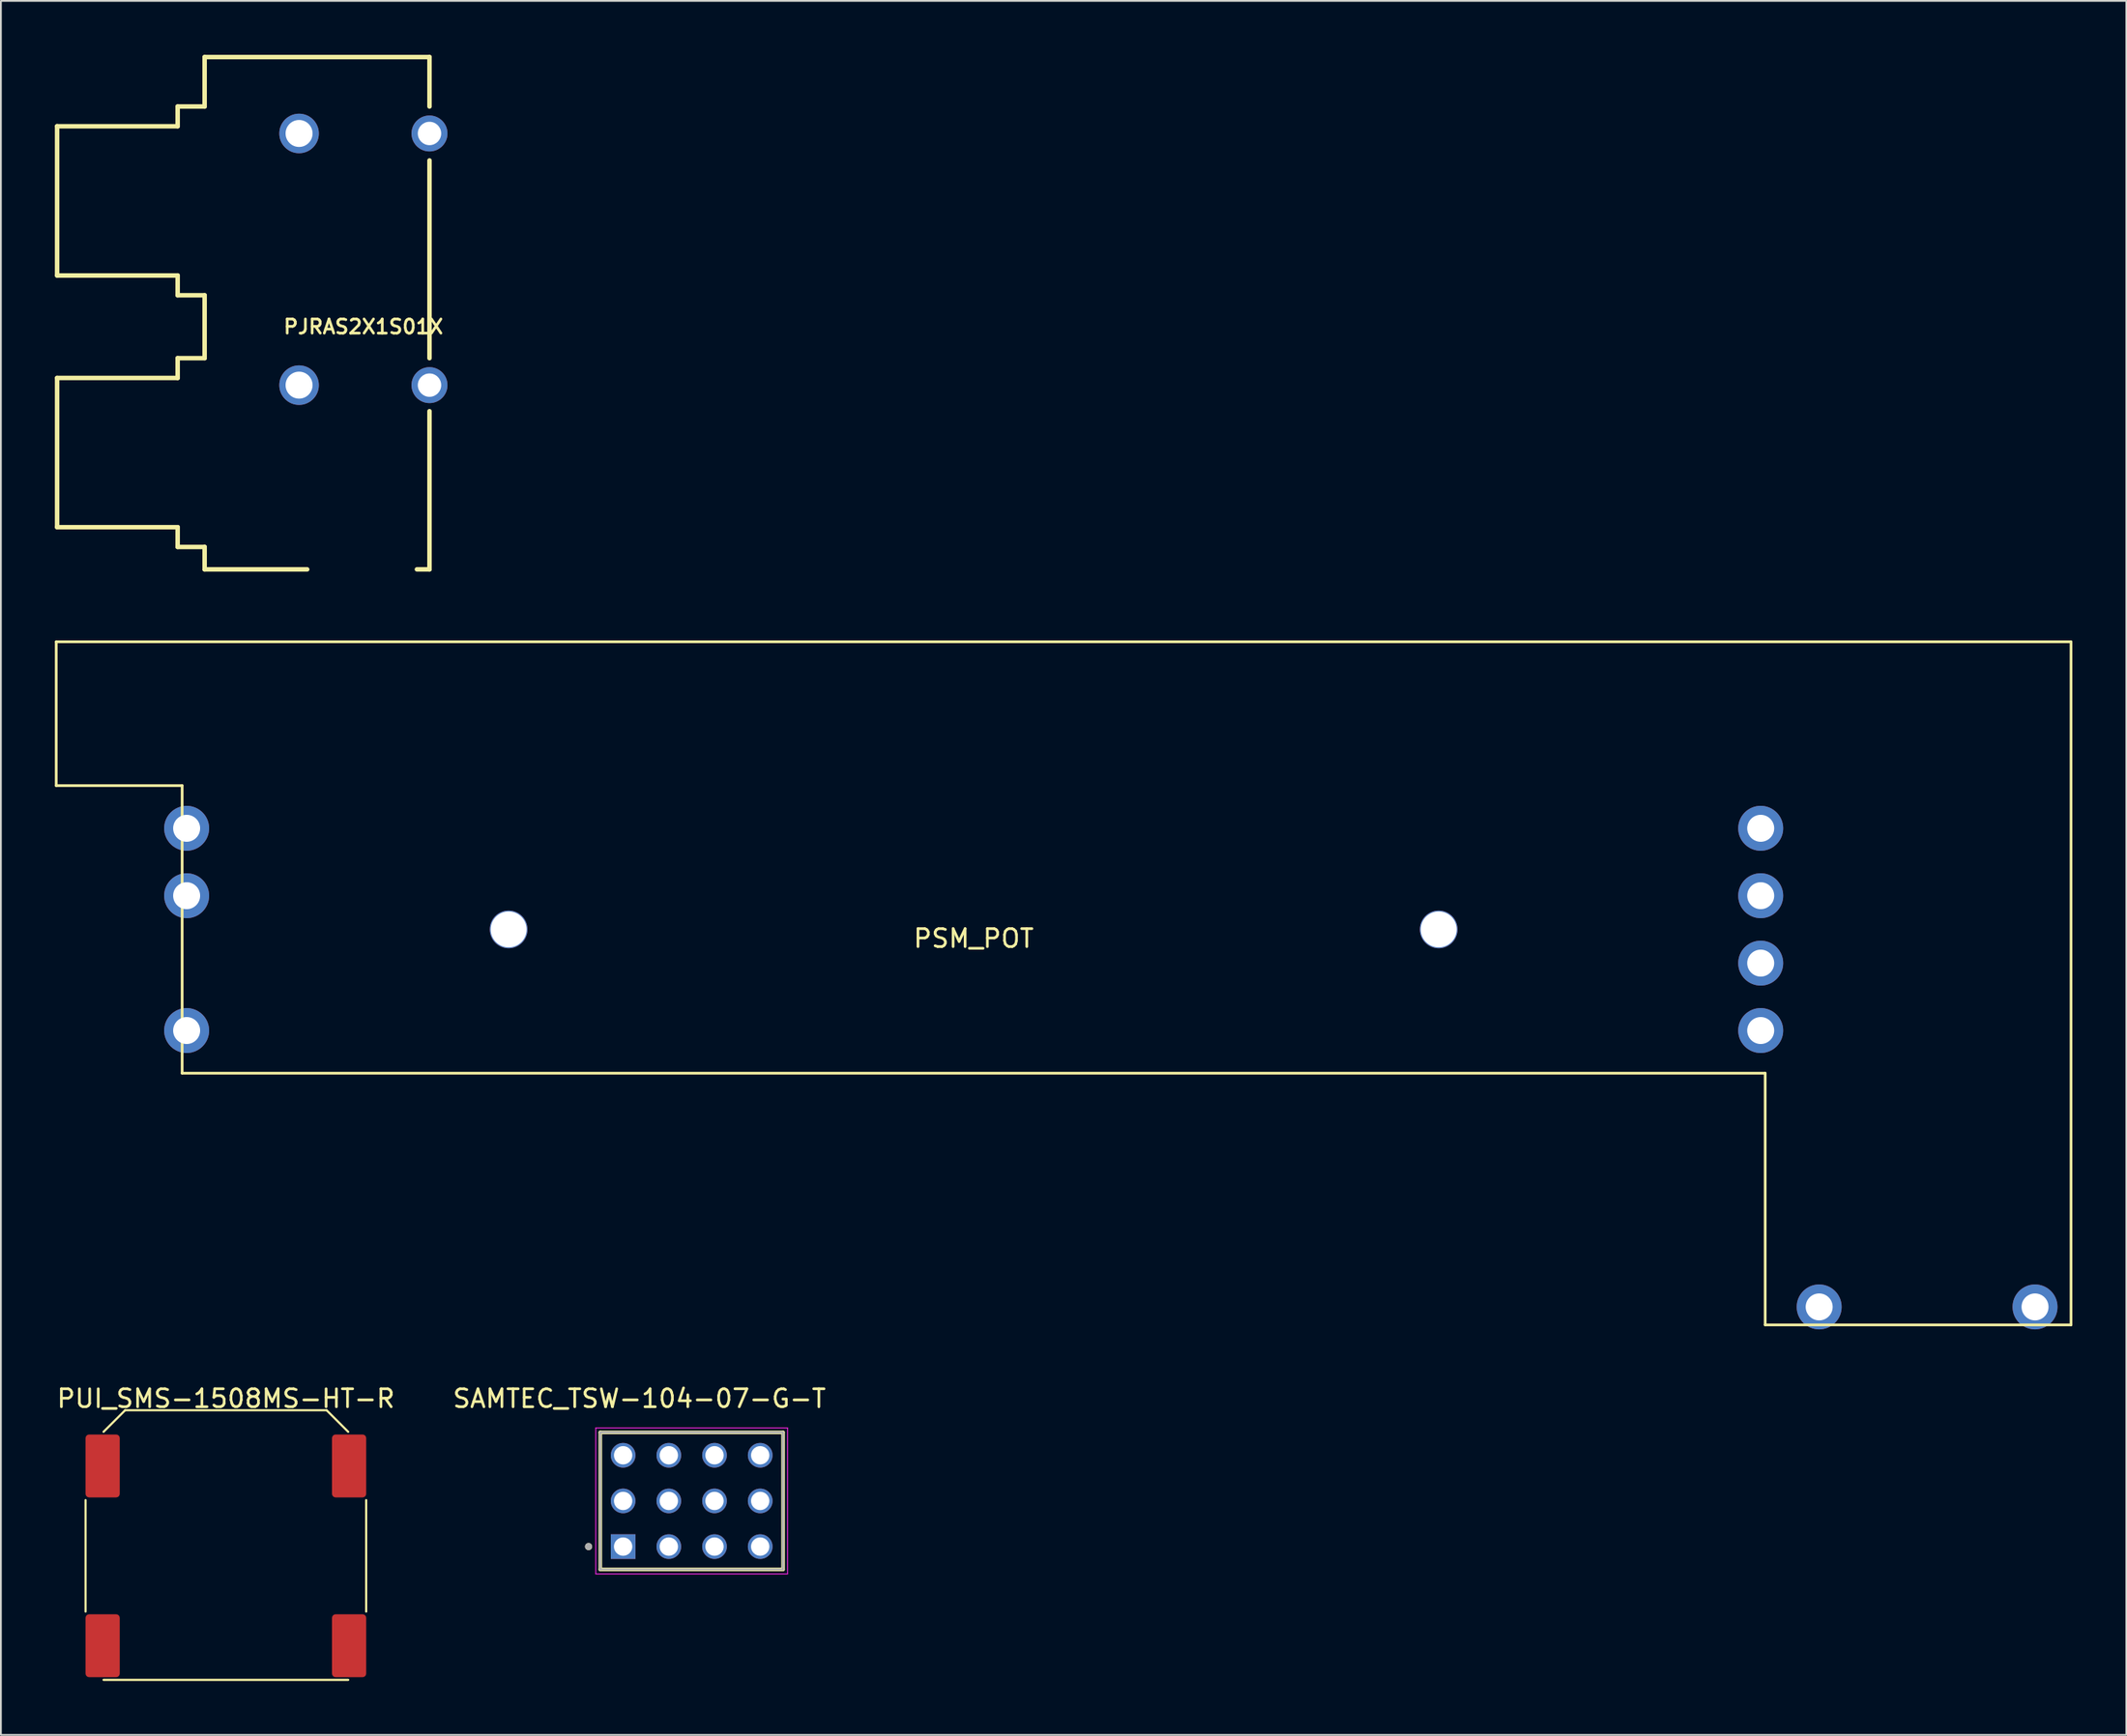
<source format=kicad_pcb>
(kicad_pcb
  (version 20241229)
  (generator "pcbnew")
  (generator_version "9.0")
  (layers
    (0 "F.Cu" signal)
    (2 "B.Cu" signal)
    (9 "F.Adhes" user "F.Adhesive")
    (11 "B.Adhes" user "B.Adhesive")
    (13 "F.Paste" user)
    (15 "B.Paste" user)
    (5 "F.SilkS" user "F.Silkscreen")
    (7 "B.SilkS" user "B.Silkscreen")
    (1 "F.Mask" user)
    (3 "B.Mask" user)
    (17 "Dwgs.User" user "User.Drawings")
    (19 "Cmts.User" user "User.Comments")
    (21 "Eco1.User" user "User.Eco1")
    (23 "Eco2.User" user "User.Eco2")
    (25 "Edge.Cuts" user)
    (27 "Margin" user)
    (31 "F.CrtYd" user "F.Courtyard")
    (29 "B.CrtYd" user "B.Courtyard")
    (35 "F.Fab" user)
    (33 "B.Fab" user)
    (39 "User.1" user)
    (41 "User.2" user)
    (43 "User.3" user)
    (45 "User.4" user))
  (footprint "SAMTEC_TSW-104-07-G-T"
    (layer "F.Cu")
    (at 35.399 80.446)
    (property "Reference" "SAMTEC_TSW-104-07-G-T" (at -2.905 -5.695 0) (layer "F.SilkS") (effects (font (size 1 1) (thickness 0.15))))
    (attr through_hole)
    (fp_line (start -5.08 3.81) (end -5.08 -3.81) (stroke (width 0.2) (type solid)) (layer "F.SilkS"))
    (fp_line (start 5.08 -3.81) (end -5.08 -3.81) (stroke (width 0.2) (type solid)) (layer "F.SilkS"))
    (fp_line (start 5.08 -3.81) (end 5.08 3.81) (stroke (width 0.2) (type solid)) (layer "F.SilkS"))
    (fp_line (start 5.08 3.81) (end -5.08 3.81) (stroke (width 0.2) (type solid)) (layer "F.SilkS"))
    (fp_circle (center -5.73 2.54) (end -5.63 2.54) (stroke (width 0.2) (type solid)) (fill no) (layer "F.SilkS"))
    (fp_line (start -5.33 -4.06) (end 5.33 -4.06) (stroke (width 0.05) (type solid)) (layer "F.CrtYd"))
    (fp_line (start -5.33 4.06) (end -5.33 -4.06) (stroke (width 0.05) (type solid)) (layer "F.CrtYd"))
    (fp_line (start 5.33 -4.06) (end 5.33 4.06) (stroke (width 0.05) (type solid)) (layer "F.CrtYd"))
    (fp_line (start 5.33 4.06) (end -5.33 4.06) (stroke (width 0.05) (type solid)) (layer "F.CrtYd"))
    (fp_line (start -5.08 -3.81) (end 5.08 -3.81) (stroke (width 0.1) (type solid)) (layer "F.Fab"))
    (fp_line (start -5.08 -3.81) (end 5.08 -3.81) (stroke (width 0.1) (type solid)) (layer "F.Fab"))
    (fp_line (start -5.08 3.81) (end -5.08 -3.81) (stroke (width 0.1) (type solid)) (layer "F.Fab"))
    (fp_line (start -5.08 3.81) (end -5.08 -3.81) (stroke (width 0.1) (type solid)) (layer "F.Fab"))
    (fp_line (start 5.08 -3.81) (end 5.08 3.81) (stroke (width 0.1) (type solid)) (layer "F.Fab"))
    (fp_line (start 5.08 -3.81) (end 5.08 3.81) (stroke (width 0.1) (type solid)) (layer "F.Fab"))
    (fp_line (start 5.08 3.81) (end -5.08 3.81) (stroke (width 0.1) (type solid)) (layer "F.Fab"))
    (fp_circle (center -5.73 2.54) (end -5.63 2.54) (stroke (width 0.2) (type solid)) (fill no) (layer "F.Fab"))
    (pad "1" thru_hole rect (at -3.81 2.54) (size 1.37 1.37) (drill 1.02) (layers "*.Cu" "*.Mask"))
    (pad "2" thru_hole circle (at -3.81 0) (size 1.37 1.37) (drill 1.02) (layers "*.Cu" "*.Mask"))
    (pad "3" thru_hole circle (at -3.81 -2.54) (size 1.37 1.37) (drill 1.02) (layers "*.Cu" "*.Mask"))
    (pad "4" thru_hole circle (at -1.27 2.54) (size 1.37 1.37) (drill 1.02) (layers "*.Cu" "*.Mask"))
    (pad "5" thru_hole circle (at -1.27 0) (size 1.37 1.37) (drill 1.02) (layers "*.Cu" "*.Mask"))
    (pad "6" thru_hole circle (at -1.27 -2.54) (size 1.37 1.37) (drill 1.02) (layers "*.Cu" "*.Mask"))
    (pad "7" thru_hole circle (at 1.27 2.54) (size 1.37 1.37) (drill 1.02) (layers "*.Cu" "*.Mask"))
    (pad "8" thru_hole circle (at 1.27 0) (size 1.37 1.37) (drill 1.02) (layers "*.Cu" "*.Mask"))
    (pad "9" thru_hole circle (at 1.27 -2.54) (size 1.37 1.37) (drill 1.02) (layers "*.Cu" "*.Mask"))
    (pad "10" thru_hole circle (at 3.81 2.54) (size 1.37 1.37) (drill 1.02) (layers "*.Cu" "*.Mask"))
    (pad "11" thru_hole circle (at 3.81 0) (size 1.37 1.37) (drill 1.02) (layers "*.Cu" "*.Mask"))
    (pad "12" thru_hole circle (at 3.81 -2.54) (size 1.37 1.37) (drill 1.02) (layers "*.Cu" "*.Mask")))
  (footprint "PUI_SMS-1508MS-HT-R"
    (layer "F.Cu")
    (at 9.506 83.001)
    (property "Reference" "PUI_SMS-1508MS-HT-R" (at 0 -8.25 0) (unlocked yes) (layer "F.SilkS") (effects (font (size 1 1) (thickness 0.15))))
    (attr smd)
    (fp_line (start -7.8 3.6) (end -7.8 -2.6) (stroke (width 0.12) (type solid)) (layer "F.SilkS"))
    (fp_line (start -6.8 -6.4) (end -5.6 -7.6) (stroke (width 0.12) (type solid)) (layer "F.SilkS"))
    (fp_line (start -5.6 -7.6) (end 5.6 -7.6) (stroke (width 0.12) (type solid)) (layer "F.SilkS"))
    (fp_line (start 5.6 -7.6) (end 6.8 -6.4) (stroke (width 0.12) (type solid)) (layer "F.SilkS"))
    (fp_line (start 6.8 7.4) (end -6.8 7.4) (stroke (width 0.12) (type solid)) (layer "F.SilkS"))
    (fp_line (start 7.8 -2.6) (end 7.8 3.6) (stroke (width 0.12) (type solid)) (layer "F.SilkS"))
    (pad "1" smd roundrect (at 6.85 5.5) (size 1.9 3.5) (layers "F.Cu" "F.Mask" "F.Paste") (roundrect_rratio 0.105))
    (pad "2" smd roundrect (at -6.85 5.5) (size 1.9 3.5) (layers "F.Cu" "F.Mask" "F.Paste") (roundrect_rratio 0.105))
    (pad "NC" smd roundrect (at -6.85 -4.5) (size 1.9 3.5) (layers "F.Cu" "F.Mask" "F.Paste") (roundrect_rratio 0.105))
    (pad "NC" smd roundrect (at 6.85 -4.5) (size 1.9 3.5) (layers "F.Cu" "F.Mask" "F.Paste") (roundrect_rratio 0.105))
    (zone (net_name "") (layer "F.Cu") (hatch edge 0.508) (connect_pads) (min_thickness 0.254) (filled_areas_thickness no) (keepout (tracks allowed) (vias allowed) (pads not_allowed) (copperpour allowed) (footprints not_allowed)) (placement (enabled no)) (fill) (polygon (pts (xy 14.506 88.501) (xy 4.506 88.501) (xy 4.506 77.501) (xy 14.506 77.501)))))
  (footprint "PSM_POT"
    (layer "F.Cu")
    (at 51.075 48.653)
    (property "Reference" "PSM_POT" (at 0 0.5 0) (layer "F.SilkS") (effects (font (size 1 1) (thickness 0.15))))
    (attr through_hole)
    (fp_line (start -51 -16) (end 61 -16) (stroke (width 0.15) (type solid)) (layer "F.SilkS"))
    (fp_line (start -51 -8) (end -51 -16) (stroke (width 0.15) (type solid)) (layer "F.SilkS"))
    (fp_line (start -44 -8) (end -51 -8) (stroke (width 0.15) (type solid)) (layer "F.SilkS"))
    (fp_line (start -44 8) (end -44 -8) (stroke (width 0.15) (type solid)) (layer "F.SilkS"))
    (fp_line (start 44 8) (end -44 8) (stroke (width 0.15) (type solid)) (layer "F.SilkS"))
    (fp_line (start 44 22) (end 44 8) (stroke (width 0.15) (type solid)) (layer "F.SilkS"))
    (fp_line (start 61 -16) (end 61 22) (stroke (width 0.15) (type solid)) (layer "F.SilkS"))
    (fp_line (start 61 22) (end 44 22) (stroke (width 0.15) (type solid)) (layer "F.SilkS"))
    (pad "" np_thru_hole circle (at -25.85 0) (size 2.1 2.1) (drill 2) (layers "*.Cu" "*.Mask"))
    (pad "" np_thru_hole circle (at 25.85 0) (size 2.1 2.1) (drill 2) (layers "*.Cu" "*.Mask"))
    (pad "1" thru_hole circle (at 43.75 -1.875) (size 2.5 2.5) (drill 1.5) (layers "*.Cu" "*.Mask"))
    (pad "2" thru_hole circle (at 43.75 -5.625) (size 2.5 2.5) (drill 1.5) (layers "*.Cu" "*.Mask"))
    (pad "3" thru_hole circle (at -43.75 -5.625) (size 2.5 2.5) (drill 1.5) (layers "*.Cu" "*.Mask"))
    (pad "4" thru_hole circle (at 43.75 1.875) (size 2.5 2.5) (drill 1.5) (layers "*.Cu" "*.Mask"))
    (pad "5" thru_hole circle (at 43.75 5.625) (size 2.5 2.5) (drill 1.5) (layers "*.Cu" "*.Mask"))
    (pad "6" thru_hole circle (at -43.75 5.625) (size 2.5 2.5) (drill 1.5) (layers "*.Cu" "*.Mask"))
    (pad "7" thru_hole circle (at -43.75 -1.875) (size 2.5 2.5) (drill 1.5) (layers "*.Cu" "*.Mask"))
    (pad "8" thru_hole circle (at 47 21) (size 2.5 2.5) (drill 1.5) (layers "*.Cu" "*.Mask"))
    (pad "9" thru_hole circle (at 59 21) (size 2.5 2.5) (drill 1.5) (layers "*.Cu" "*.Mask")))
  (footprint "PJRAS2X1S01X"
    (layer "F.Cu")
    (at 17.15 15.125)
    (property "Reference" "PJRAS2X1S01X" (at 0 0 0) (layer "F.SilkS") (effects (font (size 0.787 0.787) (thickness 0.15))))
    (attr through_hole)
    (fp_poly (pts (xy -1.525 -14.452) (xy -1.729 -14.436) (xy -1.927 -14.388) (xy -2.116 -14.31) (xy -2.29 -14.203) (xy -2.445 -14.07) (xy -2.578 -13.915) (xy -2.685 -13.741) (xy -2.763 -13.552) (xy -2.811 -13.354) (xy -2.827 -13.15) (xy -2.811 -12.946) (xy -2.763 -12.748) (xy -2.685 -12.559) (xy -2.578 -12.385) (xy -2.445 -12.23) (xy -2.29 -12.097) (xy -2.116 -11.99) (xy -1.927 -11.912) (xy -1.729 -11.864) (xy -1.525 -11.848) (xy 1.375 -11.848) (xy 1.579 -11.864) (xy 1.777 -11.912) (xy 1.966 -11.99) (xy 2.14 -12.097) (xy 2.295 -12.23) (xy 2.428 -12.385) (xy 2.535 -12.559) (xy 2.613 -12.748) (xy 2.661 -12.946) (xy 2.677 -13.15) (xy 2.661 -13.354) (xy 2.613 -13.552) (xy 2.535 -13.741) (xy 2.428 -13.915) (xy 2.295 -14.07) (xy 2.14 -14.203) (xy 1.966 -14.31) (xy 1.777 -14.388) (xy 1.579 -14.436) (xy 1.375 -14.452)) (stroke (width 0.002) (type solid)) (fill yes) (layer "F.Mask"))
    (fp_poly (pts (xy -1.525 11.848) (xy -1.729 11.864) (xy -1.927 11.912) (xy -2.116 11.99) (xy -2.29 12.097) (xy -2.445 12.23) (xy -2.578 12.385) (xy -2.685 12.559) (xy -2.763 12.748) (xy -2.811 12.946) (xy -2.827 13.15) (xy -2.811 13.354) (xy -2.763 13.552) (xy -2.685 13.741) (xy -2.578 13.915) (xy -2.445 14.07) (xy -2.29 14.203) (xy -2.116 14.31) (xy -1.927 14.388) (xy -1.729 14.436) (xy -1.525 14.452) (xy 1.375 14.452) (xy 1.579 14.436) (xy 1.777 14.388) (xy 1.966 14.31) (xy 2.14 14.203) (xy 2.295 14.07) (xy 2.428 13.915) (xy 2.535 13.741) (xy 2.613 13.552) (xy 2.661 13.354) (xy 2.677 13.15) (xy 2.661 12.946) (xy 2.613 12.748) (xy 2.535 12.559) (xy 2.428 12.385) (xy 2.295 12.23) (xy 2.14 12.097) (xy 1.966 11.99) (xy 1.777 11.912) (xy 1.579 11.864) (xy 1.375 11.848)) (stroke (width 0.002) (type solid)) (fill yes) (layer "F.Mask"))
    (fp_poly (pts (xy -1.525 -14.452) (xy -1.729 -14.436) (xy -1.927 -14.388) (xy -2.116 -14.31) (xy -2.29 -14.203) (xy -2.445 -14.07) (xy -2.578 -13.915) (xy -2.685 -13.741) (xy -2.763 -13.552) (xy -2.811 -13.354) (xy -2.827 -13.15) (xy -2.811 -12.946) (xy -2.763 -12.748) (xy -2.685 -12.559) (xy -2.578 -12.385) (xy -2.445 -12.23) (xy -2.29 -12.097) (xy -2.116 -11.99) (xy -1.927 -11.912) (xy -1.729 -11.864) (xy -1.525 -11.848) (xy 1.375 -11.848) (xy 1.579 -11.864) (xy 1.777 -11.912) (xy 1.966 -11.99) (xy 2.14 -12.097) (xy 2.295 -12.23) (xy 2.428 -12.385) (xy 2.535 -12.559) (xy 2.613 -12.748) (xy 2.661 -12.946) (xy 2.677 -13.15) (xy 2.661 -13.354) (xy 2.613 -13.552) (xy 2.535 -13.741) (xy 2.428 -13.915) (xy 2.295 -14.07) (xy 2.14 -14.203) (xy 1.966 -14.31) (xy 1.777 -14.388) (xy 1.579 -14.436) (xy 1.375 -14.452)) (stroke (width 0.002) (type solid)) (fill yes) (layer "B.Mask"))
    (fp_poly (pts (xy -1.525 11.848) (xy -1.729 11.864) (xy -1.927 11.912) (xy -2.116 11.99) (xy -2.29 12.097) (xy -2.445 12.23) (xy -2.578 12.385) (xy -2.685 12.559) (xy -2.763 12.748) (xy -2.811 12.946) (xy -2.827 13.15) (xy -2.811 13.354) (xy -2.763 13.552) (xy -2.685 13.741) (xy -2.578 13.915) (xy -2.445 14.07) (xy -2.29 14.203) (xy -2.116 14.31) (xy -1.927 14.388) (xy -1.729 14.436) (xy -1.525 14.452) (xy 1.375 14.452) (xy 1.579 14.436) (xy 1.777 14.388) (xy 1.966 14.31) (xy 2.14 14.203) (xy 2.295 14.07) (xy 2.428 13.915) (xy 2.535 13.741) (xy 2.613 13.552) (xy 2.661 13.354) (xy 2.677 13.15) (xy 2.661 12.946) (xy 2.613 12.748) (xy 2.535 12.559) (xy 2.428 12.385) (xy 2.295 12.23) (xy 2.14 12.097) (xy 1.966 11.99) (xy 1.777 11.912) (xy 1.579 11.864) (xy 1.375 11.848)) (stroke (width 0.002) (type solid)) (fill yes) (layer "B.Mask"))
    (fp_line (start -17.025 -11.152) (end -17.025 -2.849) (stroke (width 0.25) (type solid)) (layer "F.SilkS"))
    (fp_line (start -17.025 -11.152) (end -10.324 -11.152) (stroke (width 0.25) (type solid)) (layer "F.SilkS"))
    (fp_line (start -17.025 -2.849) (end -10.324 -2.849) (stroke (width 0.25) (type solid)) (layer "F.SilkS"))
    (fp_line (start -17.025 2.851) (end -17.025 11.151) (stroke (width 0.25) (type solid)) (layer "F.SilkS"))
    (fp_line (start -17.025 11.151) (end -10.324 11.151) (stroke (width 0.25) (type solid)) (layer "F.SilkS"))
    (fp_line (start -10.324 -12.25) (end -8.825 -12.25) (stroke (width 0.25) (type solid)) (layer "F.SilkS"))
    (fp_line (start -10.324 -11.152) (end -10.324 -12.25) (stroke (width 0.25) (type solid)) (layer "F.SilkS"))
    (fp_line (start -10.324 -2.849) (end -10.324 -1.748) (stroke (width 0.25) (type solid)) (layer "F.SilkS"))
    (fp_line (start -10.324 -1.748) (end -8.825 -1.748) (stroke (width 0.25) (type solid)) (layer "F.SilkS"))
    (fp_line (start -10.324 1.75) (end -10.324 2.851) (stroke (width 0.25) (type solid)) (layer "F.SilkS"))
    (fp_line (start -10.324 2.851) (end -17.025 2.851) (stroke (width 0.25) (type solid)) (layer "F.SilkS"))
    (fp_line (start -10.324 11.151) (end -10.324 12.251) (stroke (width 0.25) (type solid)) (layer "F.SilkS"))
    (fp_line (start -10.324 12.251) (end -8.825 12.251) (stroke (width 0.25) (type solid)) (layer "F.SilkS"))
    (fp_line (start -8.825 -15) (end 3.675 -15) (stroke (width 0.25) (type solid)) (layer "F.SilkS"))
    (fp_line (start -8.825 -12.25) (end -8.825 -15) (stroke (width 0.25) (type solid)) (layer "F.SilkS"))
    (fp_line (start -8.825 -1.748) (end -8.825 1.75) (stroke (width 0.25) (type solid)) (layer "F.SilkS"))
    (fp_line (start -8.825 1.75) (end -10.324 1.75) (stroke (width 0.25) (type solid)) (layer "F.SilkS"))
    (fp_line (start -8.825 12.251) (end -8.825 13.499) (stroke (width 0.25) (type solid)) (layer "F.SilkS"))
    (fp_line (start -8.825 13.499) (end -3.124 13.499) (stroke (width 0.25) (type solid)) (layer "F.SilkS"))
    (fp_line (start 2.976 13.499) (end 3.675 13.499) (stroke (width 0.25) (type solid)) (layer "F.SilkS"))
    (fp_line (start 3.675 -15) (end 3.675 -12.25) (stroke (width 0.25) (type solid)) (layer "F.SilkS"))
    (fp_line (start 3.675 -9.25) (end 3.675 1.75) (stroke (width 0.25) (type solid)) (layer "F.SilkS"))
    (fp_line (start 3.675 4.7) (end 3.675 13.499) (stroke (width 0.25) (type solid)) (layer "F.SilkS"))
    (pad "S1" thru_hole circle (at -3.575 -10.75) (size 2.2 2.2) (drill 1.5) (layers "*.Cu" "*.Mask"))
    (pad "S2" thru_hole circle (at -3.575 3.25) (size 2.2 2.2) (drill 1.5) (layers "*.Cu" "*.Mask"))
    (pad "T1" thru_hole circle (at 3.675 -10.75) (size 2 2) (drill 1.3) (layers "*.Cu" "*.Mask"))
    (pad "T2" thru_hole circle (at 3.675 3.25) (size 2 2) (drill 1.3) (layers "*.Cu" "*.Mask")))
  (gr_rect
    (start -3 -3)
    (end 115.15 93.461)
    (stroke (width 0.1) (type default))
    (fill no)
    (layer "Edge.Cuts")))
</source>
